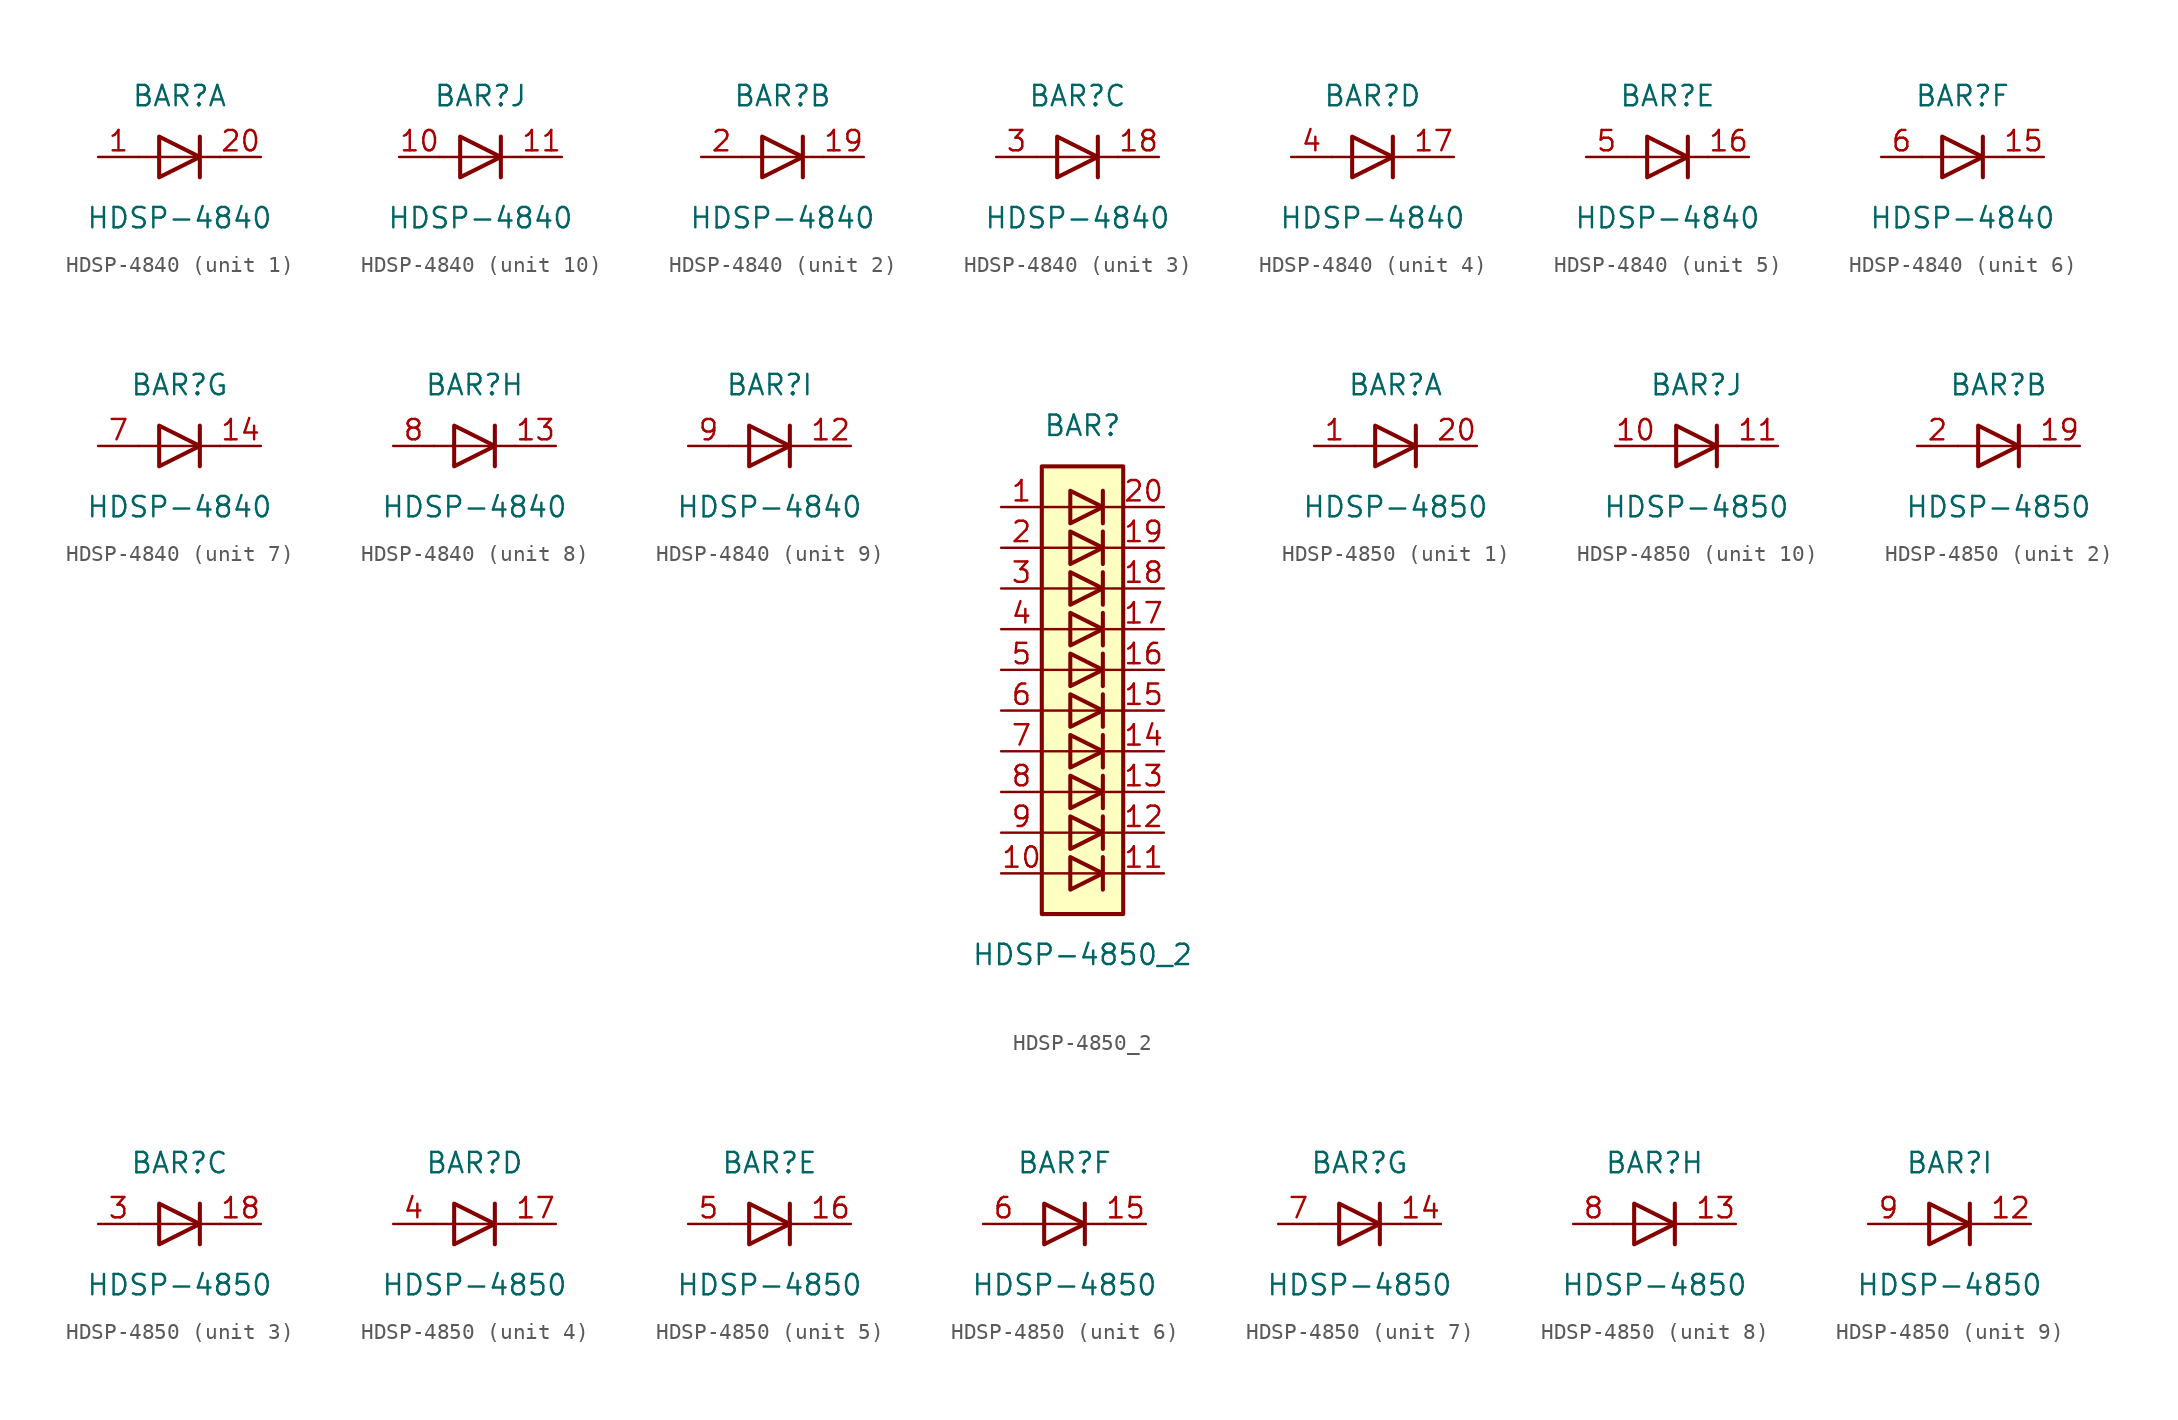
<source format=kicad_sym>
(kicad_symbol_lib
  (version 20220914)
  (generator kicad_symbol_editor)
  (symbol "HDSP-4840"
    (pin_names
      (offset 1.016) hide)
    (property "Reference" "BAR"
      (at 0 3.81 0)
      (effects (font (size 1.27 1.27))))
    (property "Value" "HDSP-4840"
      (at 0 -3.81 0)
      (effects (font (size 1.27 1.27))))
    (symbol "HDSP-4840_0_1"
      (polyline (pts (xy -2.54 0) (xy 2.54 0)) (stroke (width 0) (type solid)) (fill (type none)))
      (polyline (pts (xy 1.27 -1.27) (xy 1.27 1.27)) (stroke (width 0.254) (type solid)) (fill (type none)))
      (polyline (pts (xy -1.27 1.27) (xy -1.27 -1.27) (xy 1.27 0) (xy -1.27 1.27)) (stroke (width 0.254) (type solid)) (fill (type none))))
    (symbol "HDSP-4840_1_1"
      (pin passive line (at -5.08 0 0) (length 2.54) (name "A" (effects (font (size 1.27 1.27)))) (number "1" (effects (font (size 1.27 1.27)))))
      (pin passive line (at 5.08 0 180) (length 2.54) (name "K" (effects (font (size 1.27 1.27)))) (number "20" (effects (font (size 1.27 1.27))))))
    (symbol "HDSP-4840_2_1"
      (pin passive line (at 5.08 0 180) (length 2.54) (name "K" (effects (font (size 1.27 1.27)))) (number "19" (effects (font (size 1.27 1.27)))))
      (pin passive line (at -5.08 0 0) (length 2.54) (name "A" (effects (font (size 1.27 1.27)))) (number "2" (effects (font (size 1.27 1.27))))))
    (symbol "HDSP-4840_3_1"
      (pin passive line (at 5.08 0 180) (length 2.54) (name "K" (effects (font (size 1.27 1.27)))) (number "18" (effects (font (size 1.27 1.27)))))
      (pin passive line (at -5.08 0 0) (length 2.54) (name "A" (effects (font (size 1.27 1.27)))) (number "3" (effects (font (size 1.27 1.27))))))
    (symbol "HDSP-4840_4_1"
      (pin passive line (at 5.08 0 180) (length 2.54) (name "K" (effects (font (size 1.27 1.27)))) (number "17" (effects (font (size 1.27 1.27)))))
      (pin passive line (at -5.08 0 0) (length 2.54) (name "A" (effects (font (size 1.27 1.27)))) (number "4" (effects (font (size 1.27 1.27))))))
    (symbol "HDSP-4840_5_1"
      (pin passive line (at 5.08 0 180) (length 2.54) (name "K" (effects (font (size 1.27 1.27)))) (number "16" (effects (font (size 1.27 1.27)))))
      (pin passive line (at -5.08 0 0) (length 2.54) (name "A" (effects (font (size 1.27 1.27)))) (number "5" (effects (font (size 1.27 1.27))))))
    (symbol "HDSP-4840_6_1"
      (pin passive line (at 5.08 0 180) (length 2.54) (name "K" (effects (font (size 1.27 1.27)))) (number "15" (effects (font (size 1.27 1.27)))))
      (pin passive line (at -5.08 0 0) (length 2.54) (name "A" (effects (font (size 1.27 1.27)))) (number "6" (effects (font (size 1.27 1.27))))))
    (symbol "HDSP-4840_7_1"
      (pin passive line (at 5.08 0 180) (length 2.54) (name "K" (effects (font (size 1.27 1.27)))) (number "14" (effects (font (size 1.27 1.27)))))
      (pin passive line (at -5.08 0 0) (length 2.54) (name "A" (effects (font (size 1.27 1.27)))) (number "7" (effects (font (size 1.27 1.27))))))
    (symbol "HDSP-4840_8_1"
      (pin passive line (at 5.08 0 180) (length 2.54) (name "K" (effects (font (size 1.27 1.27)))) (number "13" (effects (font (size 1.27 1.27)))))
      (pin passive line (at -5.08 0 0) (length 2.54) (name "A" (effects (font (size 1.27 1.27)))) (number "8" (effects (font (size 1.27 1.27))))))
    (symbol "HDSP-4840_9_1"
      (pin passive line (at 5.08 0 180) (length 2.54) (name "K" (effects (font (size 1.27 1.27)))) (number "12" (effects (font (size 1.27 1.27)))))
      (pin passive line (at -5.08 0 0) (length 2.54) (name "A" (effects (font (size 1.27 1.27)))) (number "9" (effects (font (size 1.27 1.27))))))
    (symbol "HDSP-4840_10_1"
      (pin passive line (at -5.08 0 0) (length 2.54) (name "A" (effects (font (size 1.27 1.27)))) (number "10" (effects (font (size 1.27 1.27)))))
      (pin passive line (at 5.08 0 180) (length 2.54) (name "K" (effects (font (size 1.27 1.27)))) (number "11" (effects (font (size 1.27 1.27)))))))
  (symbol "HDSP-4850_2"
    (pin_names
      (offset 1.016) hide)
    (property "Reference" "BAR"
      (at 0 15.24 0)
      (effects (font (size 1.27 1.27))))
    (property "Value" "HDSP-4850_2"
      (at 0 -17.78 0)
      (effects (font (size 1.27 1.27))))
    (symbol "HDSP-4850_2_0_1"
      (rectangle (start -2.54 12.7) (end 2.54 -15.24) (stroke (width 0.254) (type solid)) (fill (type background)))
      (polyline (pts (xy -2.54 -12.7) (xy 2.54 -12.7)) (stroke (width 0) (type solid)) (fill (type none)))
      (polyline (pts (xy -2.54 -10.16) (xy 2.54 -10.16)) (stroke (width 0) (type solid)) (fill (type none)))
      (polyline (pts (xy -2.54 -7.62) (xy 2.54 -7.62)) (stroke (width 0) (type solid)) (fill (type none)))
      (polyline (pts (xy -2.54 -5.08) (xy 2.54 -5.08)) (stroke (width 0) (type solid)) (fill (type none)))
      (polyline (pts (xy -2.54 0) (xy 2.54 0)) (stroke (width 0) (type solid)) (fill (type none)))
      (polyline (pts (xy -2.54 5.08) (xy 2.54 5.08)) (stroke (width 0) (type solid)) (fill (type none)))
      (polyline (pts (xy -2.54 7.62) (xy 2.54 7.62)) (stroke (width 0) (type solid)) (fill (type none)))
      (polyline (pts (xy -2.54 10.16) (xy 2.54 10.16)) (stroke (width 0) (type solid)) (fill (type none)))
      (polyline (pts (xy 1.27 -11.684) (xy 1.27 -13.716)) (stroke (width 0.254) (type solid)) (fill (type none)))
      (polyline (pts (xy 1.27 -9.144) (xy 1.27 -11.176)) (stroke (width 0.254) (type solid)) (fill (type none)))
      (polyline (pts (xy 1.27 -6.604) (xy 1.27 -8.636)) (stroke (width 0.254) (type solid)) (fill (type none)))
      (polyline (pts (xy 1.27 -4.064) (xy 1.27 -6.096)) (stroke (width 0.254) (type solid)) (fill (type none)))
      (polyline (pts (xy 1.27 -1.524) (xy 1.27 -3.556)) (stroke (width 0.254) (type solid)) (fill (type none)))
      (polyline (pts (xy 1.27 1.016) (xy 1.27 -1.016)) (stroke (width 0.254) (type solid)) (fill (type none)))
      (polyline (pts (xy 1.27 3.556) (xy 1.27 1.524)) (stroke (width 0.254) (type solid)) (fill (type none)))
      (polyline (pts (xy 1.27 6.096) (xy 1.27 4.064)) (stroke (width 0.254) (type solid)) (fill (type none)))
      (polyline (pts (xy 1.27 8.636) (xy 1.27 6.604)) (stroke (width 0.254) (type solid)) (fill (type none)))
      (polyline (pts (xy 1.27 11.176) (xy 1.27 9.144)) (stroke (width 0.254) (type solid)) (fill (type none)))
      (polyline (pts (xy 2.54 -2.54) (xy -2.54 -2.54)) (stroke (width 0) (type solid)) (fill (type none)))
      (polyline (pts (xy 2.54 2.54) (xy -2.54 2.54)) (stroke (width 0) (type solid)) (fill (type none)))
      (polyline (pts (xy -0.762 -11.684) (xy -0.762 -13.716) (xy 1.27 -12.7) (xy -0.762 -11.684)) (stroke (width 0.254) (type solid)) (fill (type none)))
      (polyline (pts (xy -0.762 -9.144) (xy -0.762 -11.176) (xy 1.27 -10.16) (xy -0.762 -9.144)) (stroke (width 0.254) (type solid)) (fill (type none)))
      (polyline (pts (xy -0.762 -6.604) (xy -0.762 -8.636) (xy 1.27 -7.62) (xy -0.762 -6.604)) (stroke (width 0.254) (type solid)) (fill (type none)))
      (polyline (pts (xy -0.762 -4.064) (xy -0.762 -6.096) (xy 1.27 -5.08) (xy -0.762 -4.064)) (stroke (width 0.254) (type solid)) (fill (type none)))
      (polyline (pts (xy -0.762 -1.524) (xy -0.762 -3.556) (xy 1.27 -2.54) (xy -0.762 -1.524)) (stroke (width 0.254) (type solid)) (fill (type none)))
      (polyline (pts (xy -0.762 1.016) (xy -0.762 -1.016) (xy 1.27 0) (xy -0.762 1.016)) (stroke (width 0.254) (type solid)) (fill (type none)))
      (polyline (pts (xy -0.762 3.556) (xy -0.762 1.524) (xy 1.27 2.54) (xy -0.762 3.556)) (stroke (width 0.254) (type solid)) (fill (type none)))
      (polyline (pts (xy -0.762 6.096) (xy -0.762 4.064) (xy 1.27 5.08) (xy -0.762 6.096)) (stroke (width 0.254) (type solid)) (fill (type none)))
      (polyline (pts (xy -0.762 8.636) (xy -0.762 6.604) (xy 1.27 7.62) (xy -0.762 8.636)) (stroke (width 0.254) (type solid)) (fill (type none)))
      (polyline (pts (xy -0.762 11.176) (xy -0.762 9.144) (xy 1.27 10.16) (xy -0.762 11.176)) (stroke (width 0.254) (type solid)) (fill (type none))))
    (symbol "HDSP-4850_2_1_1"
      (pin passive line (at -5.08 10.16 0) (length 2.54) (name "A" (effects (font (size 1.27 1.27)))) (number "1" (effects (font (size 1.27 1.27)))))
      (pin passive line (at -5.08 -12.7 0) (length 2.54) (name "A" (effects (font (size 1.27 1.27)))) (number "10" (effects (font (size 1.27 1.27)))))
      (pin passive line (at 5.08 -12.7 180) (length 2.54) (name "K" (effects (font (size 1.27 1.27)))) (number "11" (effects (font (size 1.27 1.27)))))
      (pin passive line (at 5.08 -10.16 180) (length 2.54) (name "K" (effects (font (size 1.27 1.27)))) (number "12" (effects (font (size 1.27 1.27)))))
      (pin passive line (at 5.08 -7.62 180) (length 2.54) (name "K" (effects (font (size 1.27 1.27)))) (number "13" (effects (font (size 1.27 1.27)))))
      (pin passive line (at 5.08 -5.08 180) (length 2.54) (name "K" (effects (font (size 1.27 1.27)))) (number "14" (effects (font (size 1.27 1.27)))))
      (pin passive line (at 5.08 -2.54 180) (length 2.54) (name "K" (effects (font (size 1.27 1.27)))) (number "15" (effects (font (size 1.27 1.27)))))
      (pin passive line (at 5.08 0 180) (length 2.54) (name "K" (effects (font (size 1.27 1.27)))) (number "16" (effects (font (size 1.27 1.27)))))
      (pin passive line (at 5.08 2.54 180) (length 2.54) (name "K" (effects (font (size 1.27 1.27)))) (number "17" (effects (font (size 1.27 1.27)))))
      (pin passive line (at 5.08 5.08 180) (length 2.54) (name "K" (effects (font (size 1.27 1.27)))) (number "18" (effects (font (size 1.27 1.27)))))
      (pin passive line (at 5.08 7.62 180) (length 2.54) (name "K" (effects (font (size 1.27 1.27)))) (number "19" (effects (font (size 1.27 1.27)))))
      (pin passive line (at -5.08 7.62 0) (length 2.54) (name "A" (effects (font (size 1.27 1.27)))) (number "2" (effects (font (size 1.27 1.27)))))
      (pin passive line (at 5.08 10.16 180) (length 2.54) (name "K" (effects (font (size 1.27 1.27)))) (number "20" (effects (font (size 1.27 1.27)))))
      (pin passive line (at -5.08 5.08 0) (length 2.54) (name "A" (effects (font (size 1.27 1.27)))) (number "3" (effects (font (size 1.27 1.27)))))
      (pin passive line (at -5.08 2.54 0) (length 2.54) (name "A" (effects (font (size 1.27 1.27)))) (number "4" (effects (font (size 1.27 1.27)))))
      (pin passive line (at -5.08 0 0) (length 2.54) (name "A" (effects (font (size 1.27 1.27)))) (number "5" (effects (font (size 1.27 1.27)))))
      (pin passive line (at -5.08 -2.54 0) (length 2.54) (name "A" (effects (font (size 1.27 1.27)))) (number "6" (effects (font (size 1.27 1.27)))))
      (pin passive line (at -5.08 -5.08 0) (length 2.54) (name "A" (effects (font (size 1.27 1.27)))) (number "7" (effects (font (size 1.27 1.27)))))
      (pin passive line (at -5.08 -7.62 0) (length 2.54) (name "A" (effects (font (size 1.27 1.27)))) (number "8" (effects (font (size 1.27 1.27)))))
      (pin passive line (at -5.08 -10.16 0) (length 2.54) (name "A" (effects (font (size 1.27 1.27)))) (number "9" (effects (font (size 1.27 1.27)))))))
  (symbol "HDSP-4850"
    (pin_names
      (offset 1.016) hide)
    (property "Reference" "BAR"
      (at 0 3.81 0)
      (effects (font (size 1.27 1.27))))
    (property "Value" "HDSP-4850"
      (at 0 -3.81 0)
      (effects (font (size 1.27 1.27))))
    (symbol "HDSP-4850_0_1"
      (polyline (pts (xy -2.54 0) (xy 2.54 0)) (stroke (width 0) (type solid)) (fill (type none)))
      (polyline (pts (xy 1.27 -1.27) (xy 1.27 1.27)) (stroke (width 0.254) (type solid)) (fill (type none)))
      (polyline (pts (xy -1.27 1.27) (xy -1.27 -1.27) (xy 1.27 0) (xy -1.27 1.27)) (stroke (width 0.254) (type solid)) (fill (type none))))
    (symbol "HDSP-4850_1_1"
      (pin passive line (at -5.08 0 0) (length 2.54) (name "A" (effects (font (size 1.27 1.27)))) (number "1" (effects (font (size 1.27 1.27)))))
      (pin passive line (at 5.08 0 180) (length 2.54) (name "K" (effects (font (size 1.27 1.27)))) (number "20" (effects (font (size 1.27 1.27))))))
    (symbol "HDSP-4850_2_1"
      (pin passive line (at 5.08 0 180) (length 2.54) (name "K" (effects (font (size 1.27 1.27)))) (number "19" (effects (font (size 1.27 1.27)))))
      (pin passive line (at -5.08 0 0) (length 2.54) (name "A" (effects (font (size 1.27 1.27)))) (number "2" (effects (font (size 1.27 1.27))))))
    (symbol "HDSP-4850_3_1"
      (pin passive line (at 5.08 0 180) (length 2.54) (name "K" (effects (font (size 1.27 1.27)))) (number "18" (effects (font (size 1.27 1.27)))))
      (pin passive line (at -5.08 0 0) (length 2.54) (name "A" (effects (font (size 1.27 1.27)))) (number "3" (effects (font (size 1.27 1.27))))))
    (symbol "HDSP-4850_4_1"
      (pin passive line (at 5.08 0 180) (length 2.54) (name "K" (effects (font (size 1.27 1.27)))) (number "17" (effects (font (size 1.27 1.27)))))
      (pin passive line (at -5.08 0 0) (length 2.54) (name "A" (effects (font (size 1.27 1.27)))) (number "4" (effects (font (size 1.27 1.27))))))
    (symbol "HDSP-4850_5_1"
      (pin passive line (at 5.08 0 180) (length 2.54) (name "K" (effects (font (size 1.27 1.27)))) (number "16" (effects (font (size 1.27 1.27)))))
      (pin passive line (at -5.08 0 0) (length 2.54) (name "A" (effects (font (size 1.27 1.27)))) (number "5" (effects (font (size 1.27 1.27))))))
    (symbol "HDSP-4850_6_1"
      (pin passive line (at 5.08 0 180) (length 2.54) (name "K" (effects (font (size 1.27 1.27)))) (number "15" (effects (font (size 1.27 1.27)))))
      (pin passive line (at -5.08 0 0) (length 2.54) (name "A" (effects (font (size 1.27 1.27)))) (number "6" (effects (font (size 1.27 1.27))))))
    (symbol "HDSP-4850_7_1"
      (pin passive line (at 5.08 0 180) (length 2.54) (name "K" (effects (font (size 1.27 1.27)))) (number "14" (effects (font (size 1.27 1.27)))))
      (pin passive line (at -5.08 0 0) (length 2.54) (name "A" (effects (font (size 1.27 1.27)))) (number "7" (effects (font (size 1.27 1.27))))))
    (symbol "HDSP-4850_8_1"
      (pin passive line (at 5.08 0 180) (length 2.54) (name "K" (effects (font (size 1.27 1.27)))) (number "13" (effects (font (size 1.27 1.27)))))
      (pin passive line (at -5.08 0 0) (length 2.54) (name "A" (effects (font (size 1.27 1.27)))) (number "8" (effects (font (size 1.27 1.27))))))
    (symbol "HDSP-4850_9_1"
      (pin passive line (at 5.08 0 180) (length 2.54) (name "K" (effects (font (size 1.27 1.27)))) (number "12" (effects (font (size 1.27 1.27)))))
      (pin passive line (at -5.08 0 0) (length 2.54) (name "A" (effects (font (size 1.27 1.27)))) (number "9" (effects (font (size 1.27 1.27))))))
    (symbol "HDSP-4850_10_1"
      (pin passive line (at -5.08 0 0) (length 2.54) (name "A" (effects (font (size 1.27 1.27)))) (number "10" (effects (font (size 1.27 1.27)))))
      (pin passive line (at 5.08 0 180) (length 2.54) (name "K" (effects (font (size 1.27 1.27)))) (number "11" (effects (font (size 1.27 1.27))))))))
</source>
